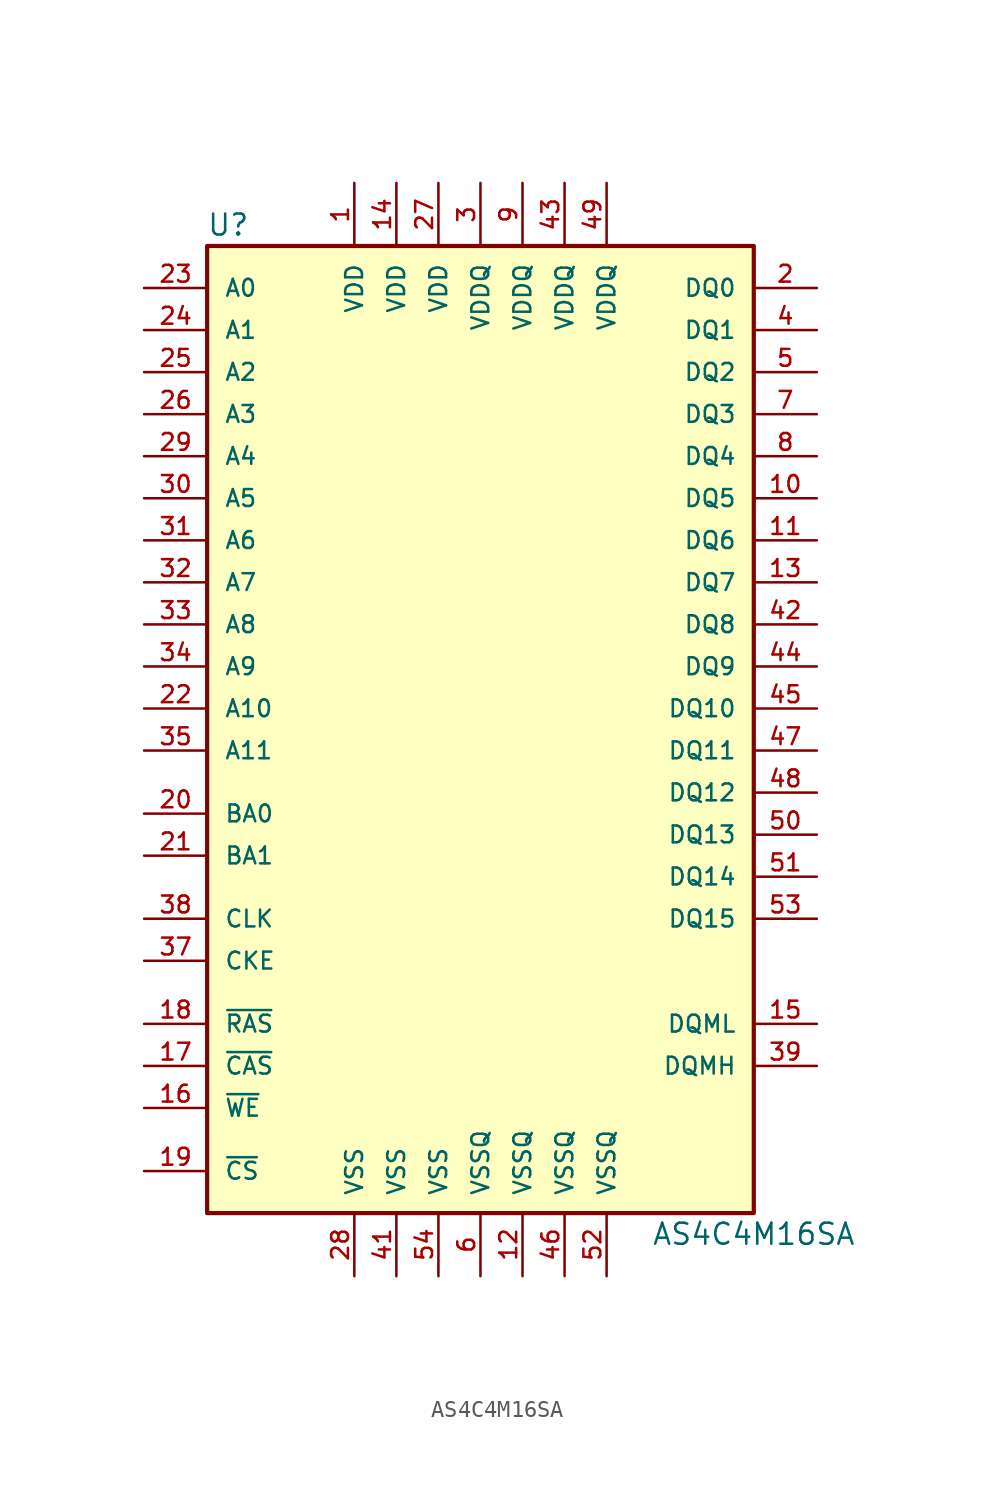
<source format=kicad_sym>
(kicad_symbol_lib
  (version 20211014)
  (generator kicad_symbol_editor)
  (symbol "AS4C4M16SA"
    (pin_names
      (offset 1.016))
    (property "Reference" "U"
      (at -15.24 30.48 0)
      (effects (font (size 1.27 1.27))))
    (property "Value" "AS4C4M16SA"
      (at 16.51 -30.48 0)
      (effects (font (size 1.27 1.27))))
    (symbol "AS4C4M16SA_0_0"
      (pin no_connect line (at -10.16 -29.21 90) (length 2.54) hide (name "NC" (effects (font (size 1.27 1.27)))) (number "36" (effects (font (size 1.27 1.27)))))
      (pin no_connect line (at 10.16 -29.21 90) (length 2.54) hide (name "NC/RFU" (effects (font (size 1.27 1.27)))) (number "40" (effects (font (size 1.27 1.27))))))
    (symbol "AS4C4M16SA_0_1"
      (rectangle (start -16.51 29.21) (end 16.51 -29.21) (stroke (width 0.254) (type default) (color 0 0 0 0)) (fill (type background))))
    (symbol "AS4C4M16SA_1_1"
      (pin power_in line (at -7.62 33.02 270) (length 3.81) (name "VDD" (effects (font (size 1.016 1.016)))) (number "1" (effects (font (size 1.016 1.016)))))
      (pin bidirectional line (at 20.32 13.97 180) (length 3.81) (name "DQ5" (effects (font (size 1.016 1.016)))) (number "10" (effects (font (size 1.016 1.016)))))
      (pin bidirectional line (at 20.32 11.43 180) (length 3.81) (name "DQ6" (effects (font (size 1.016 1.016)))) (number "11" (effects (font (size 1.016 1.016)))))
      (pin power_in line (at 2.54 -33.02 90) (length 3.81) (name "VSSQ" (effects (font (size 1.016 1.016)))) (number "12" (effects (font (size 1.016 1.016)))))
      (pin bidirectional line (at 20.32 8.89 180) (length 3.81) (name "DQ7" (effects (font (size 1.016 1.016)))) (number "13" (effects (font (size 1.016 1.016)))))
      (pin power_in line (at -5.08 33.02 270) (length 3.81) (name "VDD" (effects (font (size 1.016 1.016)))) (number "14" (effects (font (size 1.016 1.016)))))
      (pin input line (at 20.32 -17.78 180) (length 3.81) (name "DQML" (effects (font (size 1.016 1.016)))) (number "15" (effects (font (size 1.016 1.016)))))
      (pin input line (at -20.32 -22.86 0) (length 3.81) (name "~{WE}" (effects (font (size 1.016 1.016)))) (number "16" (effects (font (size 1.016 1.016)))))
      (pin input line (at -20.32 -20.32 0) (length 3.81) (name "~{CAS}" (effects (font (size 1.016 1.016)))) (number "17" (effects (font (size 1.016 1.016)))))
      (pin input line (at -20.32 -17.78 0) (length 3.81) (name "~{RAS}" (effects (font (size 1.016 1.016)))) (number "18" (effects (font (size 1.016 1.016)))))
      (pin input line (at -20.32 -26.67 0) (length 3.81) (name "~{CS}" (effects (font (size 1.016 1.016)))) (number "19" (effects (font (size 1.016 1.016)))))
      (pin bidirectional line (at 20.32 26.67 180) (length 3.81) (name "DQ0" (effects (font (size 1.016 1.016)))) (number "2" (effects (font (size 1.016 1.016)))))
      (pin input line (at -20.32 -5.08 0) (length 3.81) (name "BA0" (effects (font (size 1.016 1.016)))) (number "20" (effects (font (size 1.016 1.016)))))
      (pin input line (at -20.32 -7.62 0) (length 3.81) (name "BA1" (effects (font (size 1.016 1.016)))) (number "21" (effects (font (size 1.016 1.016)))))
      (pin input line (at -20.32 1.27 0) (length 3.81) (name "A10" (effects (font (size 1.016 1.016)))) (number "22" (effects (font (size 1.016 1.016)))))
      (pin input line (at -20.32 26.67 0) (length 3.81) (name "A0" (effects (font (size 1.016 1.016)))) (number "23" (effects (font (size 1.016 1.016)))))
      (pin input line (at -20.32 24.13 0) (length 3.81) (name "A1" (effects (font (size 1.016 1.016)))) (number "24" (effects (font (size 1.016 1.016)))))
      (pin input line (at -20.32 21.59 0) (length 3.81) (name "A2" (effects (font (size 1.016 1.016)))) (number "25" (effects (font (size 1.016 1.016)))))
      (pin input line (at -20.32 19.05 0) (length 3.81) (name "A3" (effects (font (size 1.016 1.016)))) (number "26" (effects (font (size 1.016 1.016)))))
      (pin power_in line (at -2.54 33.02 270) (length 3.81) (name "VDD" (effects (font (size 1.016 1.016)))) (number "27" (effects (font (size 1.016 1.016)))))
      (pin power_in line (at -7.62 -33.02 90) (length 3.81) (name "VSS" (effects (font (size 1.016 1.016)))) (number "28" (effects (font (size 1.016 1.016)))))
      (pin input line (at -20.32 16.51 0) (length 3.81) (name "A4" (effects (font (size 1.016 1.016)))) (number "29" (effects (font (size 1.016 1.016)))))
      (pin power_in line (at 0 33.02 270) (length 3.81) (name "VDDQ" (effects (font (size 1.016 1.016)))) (number "3" (effects (font (size 1.016 1.016)))))
      (pin input line (at -20.32 13.97 0) (length 3.81) (name "A5" (effects (font (size 1.016 1.016)))) (number "30" (effects (font (size 1.016 1.016)))))
      (pin input line (at -20.32 11.43 0) (length 3.81) (name "A6" (effects (font (size 1.016 1.016)))) (number "31" (effects (font (size 1.016 1.016)))))
      (pin input line (at -20.32 8.89 0) (length 3.81) (name "A7" (effects (font (size 1.016 1.016)))) (number "32" (effects (font (size 1.016 1.016)))))
      (pin input line (at -20.32 6.35 0) (length 3.81) (name "A8" (effects (font (size 1.016 1.016)))) (number "33" (effects (font (size 1.016 1.016)))))
      (pin input line (at -20.32 3.81 0) (length 3.81) (name "A9" (effects (font (size 1.016 1.016)))) (number "34" (effects (font (size 1.016 1.016)))))
      (pin input line (at -20.32 -1.27 0) (length 3.81) (name "A11" (effects (font (size 1.016 1.016)))) (number "35" (effects (font (size 1.016 1.016)))))
      (pin input line (at -20.32 -13.97 0) (length 3.81) (name "CKE" (effects (font (size 1.016 1.016)))) (number "37" (effects (font (size 1.016 1.016)))))
      (pin input line (at -20.32 -11.43 0) (length 3.81) (name "CLK" (effects (font (size 1.016 1.016)))) (number "38" (effects (font (size 1.016 1.016)))))
      (pin input line (at 20.32 -20.32 180) (length 3.81) (name "DQMH" (effects (font (size 1.016 1.016)))) (number "39" (effects (font (size 1.016 1.016)))))
      (pin bidirectional line (at 20.32 24.13 180) (length 3.81) (name "DQ1" (effects (font (size 1.016 1.016)))) (number "4" (effects (font (size 1.016 1.016)))))
      (pin power_in line (at -5.08 -33.02 90) (length 3.81) (name "VSS" (effects (font (size 1.016 1.016)))) (number "41" (effects (font (size 1.016 1.016)))))
      (pin bidirectional line (at 20.32 6.35 180) (length 3.81) (name "DQ8" (effects (font (size 1.016 1.016)))) (number "42" (effects (font (size 1.016 1.016)))))
      (pin power_in line (at 5.08 33.02 270) (length 3.81) (name "VDDQ" (effects (font (size 1.016 1.016)))) (number "43" (effects (font (size 1.016 1.016)))))
      (pin bidirectional line (at 20.32 3.81 180) (length 3.81) (name "DQ9" (effects (font (size 1.016 1.016)))) (number "44" (effects (font (size 1.016 1.016)))))
      (pin bidirectional line (at 20.32 1.27 180) (length 3.81) (name "DQ10" (effects (font (size 1.016 1.016)))) (number "45" (effects (font (size 1.016 1.016)))))
      (pin power_in line (at 5.08 -33.02 90) (length 3.81) (name "VSSQ" (effects (font (size 1.016 1.016)))) (number "46" (effects (font (size 1.016 1.016)))))
      (pin bidirectional line (at 20.32 -1.27 180) (length 3.81) (name "DQ11" (effects (font (size 1.016 1.016)))) (number "47" (effects (font (size 1.016 1.016)))))
      (pin bidirectional line (at 20.32 -3.81 180) (length 3.81) (name "DQ12" (effects (font (size 1.016 1.016)))) (number "48" (effects (font (size 1.016 1.016)))))
      (pin power_in line (at 7.62 33.02 270) (length 3.81) (name "VDDQ" (effects (font (size 1.016 1.016)))) (number "49" (effects (font (size 1.016 1.016)))))
      (pin bidirectional line (at 20.32 21.59 180) (length 3.81) (name "DQ2" (effects (font (size 1.016 1.016)))) (number "5" (effects (font (size 1.016 1.016)))))
      (pin bidirectional line (at 20.32 -6.35 180) (length 3.81) (name "DQ13" (effects (font (size 1.016 1.016)))) (number "50" (effects (font (size 1.016 1.016)))))
      (pin bidirectional line (at 20.32 -8.89 180) (length 3.81) (name "DQ14" (effects (font (size 1.016 1.016)))) (number "51" (effects (font (size 1.016 1.016)))))
      (pin power_in line (at 7.62 -33.02 90) (length 3.81) (name "VSSQ" (effects (font (size 1.016 1.016)))) (number "52" (effects (font (size 1.016 1.016)))))
      (pin bidirectional line (at 20.32 -11.43 180) (length 3.81) (name "DQ15" (effects (font (size 1.016 1.016)))) (number "53" (effects (font (size 1.016 1.016)))))
      (pin power_in line (at -2.54 -33.02 90) (length 3.81) (name "VSS" (effects (font (size 1.016 1.016)))) (number "54" (effects (font (size 1.016 1.016)))))
      (pin power_in line (at 0 -33.02 90) (length 3.81) (name "VSSQ" (effects (font (size 1.016 1.016)))) (number "6" (effects (font (size 1.016 1.016)))))
      (pin bidirectional line (at 20.32 19.05 180) (length 3.81) (name "DQ3" (effects (font (size 1.016 1.016)))) (number "7" (effects (font (size 1.016 1.016)))))
      (pin bidirectional line (at 20.32 16.51 180) (length 3.81) (name "DQ4" (effects (font (size 1.016 1.016)))) (number "8" (effects (font (size 1.016 1.016)))))
      (pin power_in line (at 2.54 33.02 270) (length 3.81) (name "VDDQ" (effects (font (size 1.016 1.016)))) (number "9" (effects (font (size 1.016 1.016))))))))
</source>
